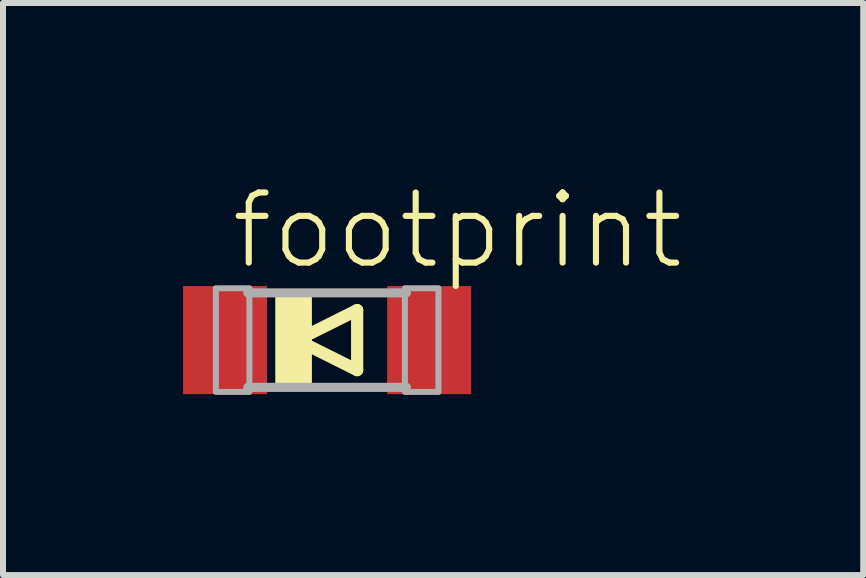
<source format=kicad_pcb>
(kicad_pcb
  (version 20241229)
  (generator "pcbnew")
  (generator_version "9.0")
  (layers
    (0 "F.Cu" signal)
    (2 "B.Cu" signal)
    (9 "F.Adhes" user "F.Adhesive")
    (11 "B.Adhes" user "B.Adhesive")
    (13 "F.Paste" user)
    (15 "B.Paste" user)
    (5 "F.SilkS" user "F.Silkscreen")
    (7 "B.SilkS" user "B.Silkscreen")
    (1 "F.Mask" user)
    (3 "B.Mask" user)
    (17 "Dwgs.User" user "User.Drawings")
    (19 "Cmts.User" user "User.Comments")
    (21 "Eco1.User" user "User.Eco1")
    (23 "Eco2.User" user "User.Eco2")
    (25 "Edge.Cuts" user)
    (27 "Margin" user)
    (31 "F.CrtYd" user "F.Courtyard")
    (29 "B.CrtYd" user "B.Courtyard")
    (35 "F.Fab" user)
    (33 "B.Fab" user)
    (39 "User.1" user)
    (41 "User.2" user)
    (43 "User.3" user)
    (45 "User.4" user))
  (footprint "footprint"
    (layer "F.Cu")
    (at 2.4 2.616)
    (property "Reference" "footprint" (at -1.651 -1.143 0) (layer "F.SilkS") (effects (font (size 1.168 1.168) (thickness 0.102)) (justify left bottom)))
    (fp_line (start -0.5 0) (end 0.5 0.5) (stroke (width 0.203) (type solid)) (layer "F.SilkS"))
    (fp_line (start 0.5 -0.5) (end -0.5 0) (stroke (width 0.203) (type solid)) (layer "F.SilkS"))
    (fp_line (start 0.5 0.5) (end 0.5 -0.5) (stroke (width 0.203) (type solid)) (layer "F.SilkS"))
    (fp_poly (pts (xy -0.864 0.787) (xy -0.254 0.787) (xy -0.254 -0.787) (xy -0.864 -0.787)) (stroke (width 0) (type solid)) (fill yes) (layer "F.SilkS"))
    (fp_line (start 1.321 -0.787) (end -1.321 -0.787) (stroke (width 0.152) (type solid)) (layer "F.Fab"))
    (fp_line (start 1.321 0.787) (end -1.321 0.787) (stroke (width 0.152) (type solid)) (layer "F.Fab"))
    (fp_poly (pts (xy -1.854 0.864) (xy -1.295 0.864) (xy -1.295 -0.864) (xy -1.854 -0.864)) (stroke (width 0.1) (type solid)) (fill no) (layer "F.Fab"))
    (fp_poly (pts (xy 1.295 0.864) (xy 1.854 0.864) (xy 1.854 -0.864) (xy 1.295 -0.864)) (stroke (width 0.1) (type solid)) (fill no) (layer "F.Fab"))
    (pad "A" smd rect (at 1.7 0) (size 1.4 1.8) (layers "F.Cu" "F.Mask" "F.Paste"))
    (pad "C" smd rect (at -1.7 0) (size 1.4 1.8) (layers "F.Cu" "F.Mask" "F.Paste")))
  (gr_rect
    (start -3 -3)
    (end 11.331 6.53)
    (stroke (width 0.1) (type default))
    (fill no)
    (layer "Edge.Cuts")))
</source>
